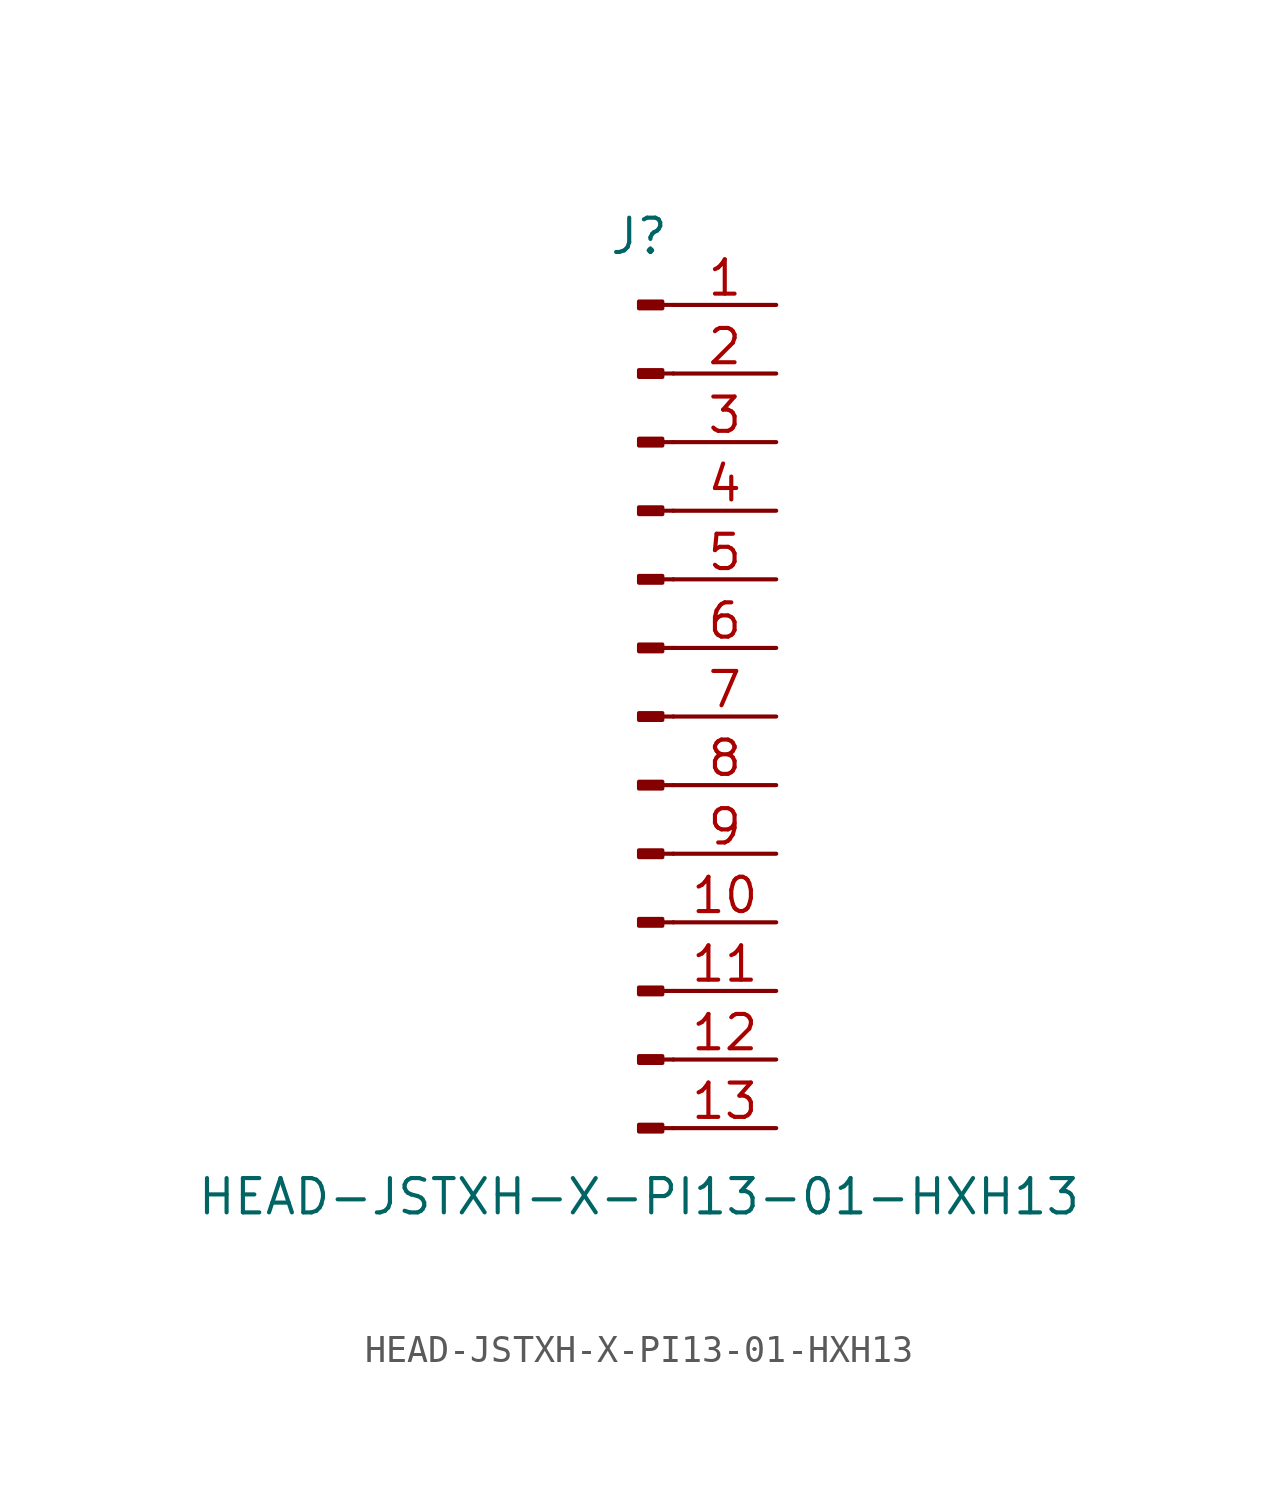
<source format=kicad_sym>
(kicad_symbol_lib
  (version 20211014)
  (generator kicad_symbol_editor)
  (symbol "HEAD-JSTXH-X-PI13-01-HXH13"
    (pin_names
      (offset 1.016) hide)
    (property "Reference" "J"
      (at 0 17.78 0)
      (effects (font (size 1.27 1.27))))
    (property "Value" "HEAD-JSTXH-X-PI13-01-HXH13"
      (at 0 -17.78 0)
      (effects (font (size 1.27 1.27))))
    (symbol "HEAD-JSTXH-X-PI13-01-HXH13_1_1"
      (polyline (pts (xy 1.27 -15.24) (xy 0.864 -15.24)) (stroke (width 0.152) (type default) (color 0 0 0 0)) (fill (type none)))
      (polyline (pts (xy 1.27 -12.7) (xy 0.864 -12.7)) (stroke (width 0.152) (type default) (color 0 0 0 0)) (fill (type none)))
      (polyline (pts (xy 1.27 -10.16) (xy 0.864 -10.16)) (stroke (width 0.152) (type default) (color 0 0 0 0)) (fill (type none)))
      (polyline (pts (xy 1.27 -7.62) (xy 0.864 -7.62)) (stroke (width 0.152) (type default) (color 0 0 0 0)) (fill (type none)))
      (polyline (pts (xy 1.27 -5.08) (xy 0.864 -5.08)) (stroke (width 0.152) (type default) (color 0 0 0 0)) (fill (type none)))
      (polyline (pts (xy 1.27 -2.54) (xy 0.864 -2.54)) (stroke (width 0.152) (type default) (color 0 0 0 0)) (fill (type none)))
      (polyline (pts (xy 1.27 0) (xy 0.864 0)) (stroke (width 0.152) (type default) (color 0 0 0 0)) (fill (type none)))
      (polyline (pts (xy 1.27 2.54) (xy 0.864 2.54)) (stroke (width 0.152) (type default) (color 0 0 0 0)) (fill (type none)))
      (polyline (pts (xy 1.27 5.08) (xy 0.864 5.08)) (stroke (width 0.152) (type default) (color 0 0 0 0)) (fill (type none)))
      (polyline (pts (xy 1.27 7.62) (xy 0.864 7.62)) (stroke (width 0.152) (type default) (color 0 0 0 0)) (fill (type none)))
      (polyline (pts (xy 1.27 10.16) (xy 0.864 10.16)) (stroke (width 0.152) (type default) (color 0 0 0 0)) (fill (type none)))
      (polyline (pts (xy 1.27 12.7) (xy 0.864 12.7)) (stroke (width 0.152) (type default) (color 0 0 0 0)) (fill (type none)))
      (polyline (pts (xy 1.27 15.24) (xy 0.864 15.24)) (stroke (width 0.152) (type default) (color 0 0 0 0)) (fill (type none)))
      (rectangle (start 0.864 -15.113) (end 0 -15.367) (stroke (width 0.152) (type default) (color 0 0 0 0)) (fill (type outline)))
      (rectangle (start 0.864 -12.573) (end 0 -12.827) (stroke (width 0.152) (type default) (color 0 0 0 0)) (fill (type outline)))
      (rectangle (start 0.864 -10.033) (end 0 -10.287) (stroke (width 0.152) (type default) (color 0 0 0 0)) (fill (type outline)))
      (rectangle (start 0.864 -7.493) (end 0 -7.747) (stroke (width 0.152) (type default) (color 0 0 0 0)) (fill (type outline)))
      (rectangle (start 0.864 -4.953) (end 0 -5.207) (stroke (width 0.152) (type default) (color 0 0 0 0)) (fill (type outline)))
      (rectangle (start 0.864 -2.413) (end 0 -2.667) (stroke (width 0.152) (type default) (color 0 0 0 0)) (fill (type outline)))
      (rectangle (start 0.864 0.127) (end 0 -0.127) (stroke (width 0.152) (type default) (color 0 0 0 0)) (fill (type outline)))
      (rectangle (start 0.864 2.667) (end 0 2.413) (stroke (width 0.152) (type default) (color 0 0 0 0)) (fill (type outline)))
      (rectangle (start 0.864 5.207) (end 0 4.953) (stroke (width 0.152) (type default) (color 0 0 0 0)) (fill (type outline)))
      (rectangle (start 0.864 7.747) (end 0 7.493) (stroke (width 0.152) (type default) (color 0 0 0 0)) (fill (type outline)))
      (rectangle (start 0.864 10.287) (end 0 10.033) (stroke (width 0.152) (type default) (color 0 0 0 0)) (fill (type outline)))
      (rectangle (start 0.864 12.827) (end 0 12.573) (stroke (width 0.152) (type default) (color 0 0 0 0)) (fill (type outline)))
      (rectangle (start 0.864 15.367) (end 0 15.113) (stroke (width 0.152) (type default) (color 0 0 0 0)) (fill (type outline)))
      (pin passive line (at 5.08 15.24 180) (length 3.81) (name "Pin_1" (effects (font (size 1.27 1.27)))) (number "1" (effects (font (size 1.27 1.27)))))
      (pin passive line (at 5.08 -7.62 180) (length 3.81) (name "Pin_10" (effects (font (size 1.27 1.27)))) (number "10" (effects (font (size 1.27 1.27)))))
      (pin passive line (at 5.08 -10.16 180) (length 3.81) (name "Pin_11" (effects (font (size 1.27 1.27)))) (number "11" (effects (font (size 1.27 1.27)))))
      (pin passive line (at 5.08 -12.7 180) (length 3.81) (name "Pin_12" (effects (font (size 1.27 1.27)))) (number "12" (effects (font (size 1.27 1.27)))))
      (pin passive line (at 5.08 -15.24 180) (length 3.81) (name "Pin_13" (effects (font (size 1.27 1.27)))) (number "13" (effects (font (size 1.27 1.27)))))
      (pin passive line (at 5.08 12.7 180) (length 3.81) (name "Pin_2" (effects (font (size 1.27 1.27)))) (number "2" (effects (font (size 1.27 1.27)))))
      (pin passive line (at 5.08 10.16 180) (length 3.81) (name "Pin_3" (effects (font (size 1.27 1.27)))) (number "3" (effects (font (size 1.27 1.27)))))
      (pin passive line (at 5.08 7.62 180) (length 3.81) (name "Pin_4" (effects (font (size 1.27 1.27)))) (number "4" (effects (font (size 1.27 1.27)))))
      (pin passive line (at 5.08 5.08 180) (length 3.81) (name "Pin_5" (effects (font (size 1.27 1.27)))) (number "5" (effects (font (size 1.27 1.27)))))
      (pin passive line (at 5.08 2.54 180) (length 3.81) (name "Pin_6" (effects (font (size 1.27 1.27)))) (number "6" (effects (font (size 1.27 1.27)))))
      (pin passive line (at 5.08 0 180) (length 3.81) (name "Pin_7" (effects (font (size 1.27 1.27)))) (number "7" (effects (font (size 1.27 1.27)))))
      (pin passive line (at 5.08 -2.54 180) (length 3.81) (name "Pin_8" (effects (font (size 1.27 1.27)))) (number "8" (effects (font (size 1.27 1.27)))))
      (pin passive line (at 5.08 -5.08 180) (length 3.81) (name "Pin_9" (effects (font (size 1.27 1.27)))) (number "9" (effects (font (size 1.27 1.27))))))))
</source>
